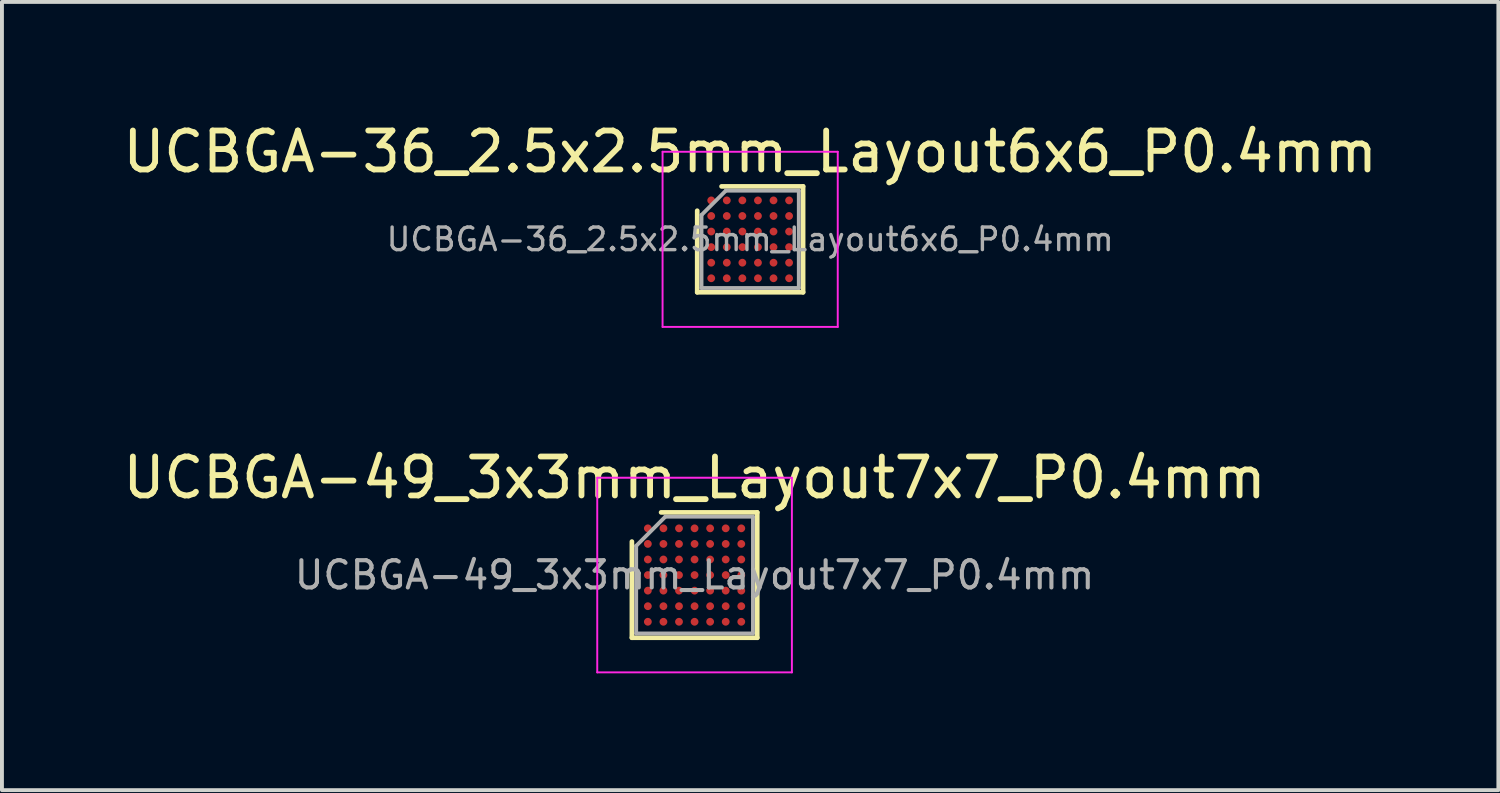
<source format=kicad_pcb>
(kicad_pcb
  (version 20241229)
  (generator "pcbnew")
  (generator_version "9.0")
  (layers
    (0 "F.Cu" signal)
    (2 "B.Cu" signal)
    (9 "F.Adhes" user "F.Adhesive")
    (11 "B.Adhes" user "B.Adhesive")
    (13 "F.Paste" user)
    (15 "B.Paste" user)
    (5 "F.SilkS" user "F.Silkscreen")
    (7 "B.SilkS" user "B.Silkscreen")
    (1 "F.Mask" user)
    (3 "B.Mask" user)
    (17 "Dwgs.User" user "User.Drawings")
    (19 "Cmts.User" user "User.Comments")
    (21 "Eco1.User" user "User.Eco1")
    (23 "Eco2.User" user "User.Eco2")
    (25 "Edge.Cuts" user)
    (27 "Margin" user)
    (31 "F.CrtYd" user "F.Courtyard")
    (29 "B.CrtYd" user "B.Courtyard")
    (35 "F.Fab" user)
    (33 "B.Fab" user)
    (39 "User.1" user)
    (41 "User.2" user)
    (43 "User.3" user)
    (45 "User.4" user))
  (footprint "UCBGA-49_3x3mm_Layout7x7_P0.4mm"
    (layer "F.Cu")
    (at 14.792 11.722)
    (property "Reference" "UCBGA-49_3x3mm_Layout7x7_P0.4mm" (at 0 -2.5 0) (layer "F.SilkS") (effects (font (size 1 1) (thickness 0.15))))
    (attr smd)
    (fp_line (start -1.61 1.61) (end -1.61 -0.86) (stroke (width 0.12) (type solid)) (layer "F.SilkS"))
    (fp_line (start -0.86 -1.61) (end 1.61 -1.61) (stroke (width 0.12) (type solid)) (layer "F.SilkS"))
    (fp_line (start 1.61 -1.61) (end 1.61 1.61) (stroke (width 0.12) (type solid)) (layer "F.SilkS"))
    (fp_line (start 1.61 1.61) (end -1.61 1.61) (stroke (width 0.12) (type solid)) (layer "F.SilkS"))
    (fp_line (start -2.5 -2.5) (end -2.5 2.5) (stroke (width 0.05) (type solid)) (layer "F.CrtYd"))
    (fp_line (start -2.5 2.5) (end 2.5 2.5) (stroke (width 0.05) (type solid)) (layer "F.CrtYd"))
    (fp_line (start 2.5 -2.5) (end -2.5 -2.5) (stroke (width 0.05) (type solid)) (layer "F.CrtYd"))
    (fp_line (start 2.5 2.5) (end 2.5 -2.5) (stroke (width 0.05) (type solid)) (layer "F.CrtYd"))
    (fp_line (start -1.5 -0.75) (end -0.75 -1.5) (stroke (width 0.1) (type solid)) (layer "F.Fab"))
    (fp_line (start -1.5 1.5) (end -1.5 -0.75) (stroke (width 0.1) (type solid)) (layer "F.Fab"))
    (fp_line (start -0.75 -1.5) (end 1.5 -1.5) (stroke (width 0.1) (type solid)) (layer "F.Fab"))
    (fp_line (start 1.5 -1.5) (end 1.5 1.5) (stroke (width 0.1) (type solid)) (layer "F.Fab"))
    (fp_line (start 1.5 1.5) (end -1.5 1.5) (stroke (width 0.1) (type solid)) (layer "F.Fab"))
    (fp_text user "${REFERENCE}" (at 0 0 0) (layer "F.Fab") (effects (font (size 0.7 0.7) (thickness 0.105))))
    (pad "A1" smd circle (at -1.2 -1.2) (size 0.2 0.2) (layers "F.Cu" "F.Mask" "F.Paste"))
    (pad "A2" smd circle (at -0.8 -1.2) (size 0.2 0.2) (layers "F.Cu" "F.Mask" "F.Paste"))
    (pad "A3" smd circle (at -0.4 -1.2) (size 0.2 0.2) (layers "F.Cu" "F.Mask" "F.Paste"))
    (pad "A4" smd circle (at 0 -1.2) (size 0.2 0.2) (layers "F.Cu" "F.Mask" "F.Paste"))
    (pad "A5" smd circle (at 0.4 -1.2) (size 0.2 0.2) (layers "F.Cu" "F.Mask" "F.Paste"))
    (pad "A6" smd circle (at 0.8 -1.2) (size 0.2 0.2) (layers "F.Cu" "F.Mask" "F.Paste"))
    (pad "A7" smd circle (at 1.2 -1.2) (size 0.2 0.2) (layers "F.Cu" "F.Mask" "F.Paste"))
    (pad "B1" smd circle (at -1.2 -0.8) (size 0.2 0.2) (layers "F.Cu" "F.Mask" "F.Paste"))
    (pad "B2" smd circle (at -0.8 -0.8) (size 0.2 0.2) (layers "F.Cu" "F.Mask" "F.Paste"))
    (pad "B3" smd circle (at -0.4 -0.8) (size 0.2 0.2) (layers "F.Cu" "F.Mask" "F.Paste"))
    (pad "B4" smd circle (at 0 -0.8) (size 0.2 0.2) (layers "F.Cu" "F.Mask" "F.Paste"))
    (pad "B5" smd circle (at 0.4 -0.8) (size 0.2 0.2) (layers "F.Cu" "F.Mask" "F.Paste"))
    (pad "B6" smd circle (at 0.8 -0.8) (size 0.2 0.2) (layers "F.Cu" "F.Mask" "F.Paste"))
    (pad "B7" smd circle (at 1.2 -0.8) (size 0.2 0.2) (layers "F.Cu" "F.Mask" "F.Paste"))
    (pad "C1" smd circle (at -1.2 -0.4) (size 0.2 0.2) (layers "F.Cu" "F.Mask" "F.Paste"))
    (pad "C2" smd circle (at -0.8 -0.4) (size 0.2 0.2) (layers "F.Cu" "F.Mask" "F.Paste"))
    (pad "C3" smd circle (at -0.4 -0.4) (size 0.2 0.2) (layers "F.Cu" "F.Mask" "F.Paste"))
    (pad "C4" smd circle (at 0 -0.4) (size 0.2 0.2) (layers "F.Cu" "F.Mask" "F.Paste"))
    (pad "C5" smd circle (at 0.4 -0.4) (size 0.2 0.2) (layers "F.Cu" "F.Mask" "F.Paste"))
    (pad "C6" smd circle (at 0.8 -0.4) (size 0.2 0.2) (layers "F.Cu" "F.Mask" "F.Paste"))
    (pad "C7" smd circle (at 1.2 -0.4) (size 0.2 0.2) (layers "F.Cu" "F.Mask" "F.Paste"))
    (pad "D1" smd circle (at -1.2 0) (size 0.2 0.2) (layers "F.Cu" "F.Mask" "F.Paste"))
    (pad "D2" smd circle (at -0.8 0) (size 0.2 0.2) (layers "F.Cu" "F.Mask" "F.Paste"))
    (pad "D3" smd circle (at -0.4 0) (size 0.2 0.2) (layers "F.Cu" "F.Mask" "F.Paste"))
    (pad "D4" smd circle (at 0 0) (size 0.2 0.2) (layers "F.Cu" "F.Mask" "F.Paste"))
    (pad "D5" smd circle (at 0.4 0) (size 0.2 0.2) (layers "F.Cu" "F.Mask" "F.Paste"))
    (pad "D6" smd circle (at 0.8 0) (size 0.2 0.2) (layers "F.Cu" "F.Mask" "F.Paste"))
    (pad "D7" smd circle (at 1.2 0) (size 0.2 0.2) (layers "F.Cu" "F.Mask" "F.Paste"))
    (pad "E1" smd circle (at -1.2 0.4) (size 0.2 0.2) (layers "F.Cu" "F.Mask" "F.Paste"))
    (pad "E2" smd circle (at -0.8 0.4) (size 0.2 0.2) (layers "F.Cu" "F.Mask" "F.Paste"))
    (pad "E3" smd circle (at -0.4 0.4) (size 0.2 0.2) (layers "F.Cu" "F.Mask" "F.Paste"))
    (pad "E4" smd circle (at 0 0.4) (size 0.2 0.2) (layers "F.Cu" "F.Mask" "F.Paste"))
    (pad "E5" smd circle (at 0.4 0.4) (size 0.2 0.2) (layers "F.Cu" "F.Mask" "F.Paste"))
    (pad "E6" smd circle (at 0.8 0.4) (size 0.2 0.2) (layers "F.Cu" "F.Mask" "F.Paste"))
    (pad "E7" smd circle (at 1.2 0.4) (size 0.2 0.2) (layers "F.Cu" "F.Mask" "F.Paste"))
    (pad "F1" smd circle (at -1.2 0.8) (size 0.2 0.2) (layers "F.Cu" "F.Mask" "F.Paste"))
    (pad "F2" smd circle (at -0.8 0.8) (size 0.2 0.2) (layers "F.Cu" "F.Mask" "F.Paste"))
    (pad "F3" smd circle (at -0.4 0.8) (size 0.2 0.2) (layers "F.Cu" "F.Mask" "F.Paste"))
    (pad "F4" smd circle (at 0 0.8) (size 0.2 0.2) (layers "F.Cu" "F.Mask" "F.Paste"))
    (pad "F5" smd circle (at 0.4 0.8) (size 0.2 0.2) (layers "F.Cu" "F.Mask" "F.Paste"))
    (pad "F6" smd circle (at 0.8 0.8) (size 0.2 0.2) (layers "F.Cu" "F.Mask" "F.Paste"))
    (pad "F7" smd circle (at 1.2 0.8) (size 0.2 0.2) (layers "F.Cu" "F.Mask" "F.Paste"))
    (pad "G1" smd circle (at -1.2 1.2) (size 0.2 0.2) (layers "F.Cu" "F.Mask" "F.Paste"))
    (pad "G2" smd circle (at -0.8 1.2) (size 0.2 0.2) (layers "F.Cu" "F.Mask" "F.Paste"))
    (pad "G3" smd circle (at -0.4 1.2) (size 0.2 0.2) (layers "F.Cu" "F.Mask" "F.Paste"))
    (pad "G4" smd circle (at 0 1.2) (size 0.2 0.2) (layers "F.Cu" "F.Mask" "F.Paste"))
    (pad "G5" smd circle (at 0.4 1.2) (size 0.2 0.2) (layers "F.Cu" "F.Mask" "F.Paste"))
    (pad "G6" smd circle (at 0.8 1.2) (size 0.2 0.2) (layers "F.Cu" "F.Mask" "F.Paste"))
    (pad "G7" smd circle (at 1.2 1.2) (size 0.2 0.2) (layers "F.Cu" "F.Mask" "F.Paste")))
  (footprint "UCBGA-36_2.5x2.5mm_Layout6x6_P0.4mm"
    (layer "F.Cu")
    (at 16.22 3.098)
    (property "Reference" "UCBGA-36_2.5x2.5mm_Layout6x6_P0.4mm" (at 0 -2.25 0) (layer "F.SilkS") (effects (font (size 1 1) (thickness 0.15))))
    (attr smd)
    (fp_line (start -1.36 1.36) (end -1.36 -0.735) (stroke (width 0.12) (type solid)) (layer "F.SilkS"))
    (fp_line (start -0.735 -1.36) (end 1.36 -1.36) (stroke (width 0.12) (type solid)) (layer "F.SilkS"))
    (fp_line (start 1.36 -1.36) (end 1.36 1.36) (stroke (width 0.12) (type solid)) (layer "F.SilkS"))
    (fp_line (start 1.36 1.36) (end -1.36 1.36) (stroke (width 0.12) (type solid)) (layer "F.SilkS"))
    (fp_line (start -2.25 -2.25) (end -2.25 2.25) (stroke (width 0.05) (type solid)) (layer "F.CrtYd"))
    (fp_line (start -2.25 2.25) (end 2.25 2.25) (stroke (width 0.05) (type solid)) (layer "F.CrtYd"))
    (fp_line (start 2.25 -2.25) (end -2.25 -2.25) (stroke (width 0.05) (type solid)) (layer "F.CrtYd"))
    (fp_line (start 2.25 2.25) (end 2.25 -2.25) (stroke (width 0.05) (type solid)) (layer "F.CrtYd"))
    (fp_line (start -1.25 -0.625) (end -0.625 -1.25) (stroke (width 0.1) (type solid)) (layer "F.Fab"))
    (fp_line (start -1.25 1.25) (end -1.25 -0.625) (stroke (width 0.1) (type solid)) (layer "F.Fab"))
    (fp_line (start -0.625 -1.25) (end 1.25 -1.25) (stroke (width 0.1) (type solid)) (layer "F.Fab"))
    (fp_line (start 1.25 -1.25) (end 1.25 1.25) (stroke (width 0.1) (type solid)) (layer "F.Fab"))
    (fp_line (start 1.25 1.25) (end -1.25 1.25) (stroke (width 0.1) (type solid)) (layer "F.Fab"))
    (fp_text user "${REFERENCE}" (at 0 0 0) (layer "F.Fab") (effects (font (size 0.58 0.58) (thickness 0.087))))
    (pad "A1" smd circle (at -1 -1) (size 0.2 0.2) (layers "F.Cu" "F.Mask" "F.Paste"))
    (pad "A2" smd circle (at -0.6 -1) (size 0.2 0.2) (layers "F.Cu" "F.Mask" "F.Paste"))
    (pad "A3" smd circle (at -0.2 -1) (size 0.2 0.2) (layers "F.Cu" "F.Mask" "F.Paste"))
    (pad "A4" smd circle (at 0.2 -1) (size 0.2 0.2) (layers "F.Cu" "F.Mask" "F.Paste"))
    (pad "A5" smd circle (at 0.6 -1) (size 0.2 0.2) (layers "F.Cu" "F.Mask" "F.Paste"))
    (pad "A6" smd circle (at 1 -1) (size 0.2 0.2) (layers "F.Cu" "F.Mask" "F.Paste"))
    (pad "B1" smd circle (at -1 -0.6) (size 0.2 0.2) (layers "F.Cu" "F.Mask" "F.Paste"))
    (pad "B2" smd circle (at -0.6 -0.6) (size 0.2 0.2) (layers "F.Cu" "F.Mask" "F.Paste"))
    (pad "B3" smd circle (at -0.2 -0.6) (size 0.2 0.2) (layers "F.Cu" "F.Mask" "F.Paste"))
    (pad "B4" smd circle (at 0.2 -0.6) (size 0.2 0.2) (layers "F.Cu" "F.Mask" "F.Paste"))
    (pad "B5" smd circle (at 0.6 -0.6) (size 0.2 0.2) (layers "F.Cu" "F.Mask" "F.Paste"))
    (pad "B6" smd circle (at 1 -0.6) (size 0.2 0.2) (layers "F.Cu" "F.Mask" "F.Paste"))
    (pad "C1" smd circle (at -1 -0.2) (size 0.2 0.2) (layers "F.Cu" "F.Mask" "F.Paste"))
    (pad "C2" smd circle (at -0.6 -0.2) (size 0.2 0.2) (layers "F.Cu" "F.Mask" "F.Paste"))
    (pad "C3" smd circle (at -0.2 -0.2) (size 0.2 0.2) (layers "F.Cu" "F.Mask" "F.Paste"))
    (pad "C4" smd circle (at 0.2 -0.2) (size 0.2 0.2) (layers "F.Cu" "F.Mask" "F.Paste"))
    (pad "C5" smd circle (at 0.6 -0.2) (size 0.2 0.2) (layers "F.Cu" "F.Mask" "F.Paste"))
    (pad "C6" smd circle (at 1 -0.2) (size 0.2 0.2) (layers "F.Cu" "F.Mask" "F.Paste"))
    (pad "D1" smd circle (at -1 0.2) (size 0.2 0.2) (layers "F.Cu" "F.Mask" "F.Paste"))
    (pad "D2" smd circle (at -0.6 0.2) (size 0.2 0.2) (layers "F.Cu" "F.Mask" "F.Paste"))
    (pad "D3" smd circle (at -0.2 0.2) (size 0.2 0.2) (layers "F.Cu" "F.Mask" "F.Paste"))
    (pad "D4" smd circle (at 0.2 0.2) (size 0.2 0.2) (layers "F.Cu" "F.Mask" "F.Paste"))
    (pad "D5" smd circle (at 0.6 0.2) (size 0.2 0.2) (layers "F.Cu" "F.Mask" "F.Paste"))
    (pad "D6" smd circle (at 1 0.2) (size 0.2 0.2) (layers "F.Cu" "F.Mask" "F.Paste"))
    (pad "E1" smd circle (at -1 0.6) (size 0.2 0.2) (layers "F.Cu" "F.Mask" "F.Paste"))
    (pad "E2" smd circle (at -0.6 0.6) (size 0.2 0.2) (layers "F.Cu" "F.Mask" "F.Paste"))
    (pad "E3" smd circle (at -0.2 0.6) (size 0.2 0.2) (layers "F.Cu" "F.Mask" "F.Paste"))
    (pad "E4" smd circle (at 0.2 0.6) (size 0.2 0.2) (layers "F.Cu" "F.Mask" "F.Paste"))
    (pad "E5" smd circle (at 0.6 0.6) (size 0.2 0.2) (layers "F.Cu" "F.Mask" "F.Paste"))
    (pad "E6" smd circle (at 1 0.6) (size 0.2 0.2) (layers "F.Cu" "F.Mask" "F.Paste"))
    (pad "F1" smd circle (at -1 1) (size 0.2 0.2) (layers "F.Cu" "F.Mask" "F.Paste"))
    (pad "F2" smd circle (at -0.6 1) (size 0.2 0.2) (layers "F.Cu" "F.Mask" "F.Paste"))
    (pad "F3" smd circle (at -0.2 1) (size 0.2 0.2) (layers "F.Cu" "F.Mask" "F.Paste"))
    (pad "F4" smd circle (at 0.2 1) (size 0.2 0.2) (layers "F.Cu" "F.Mask" "F.Paste"))
    (pad "F5" smd circle (at 0.6 1) (size 0.2 0.2) (layers "F.Cu" "F.Mask" "F.Paste"))
    (pad "F6" smd circle (at 1 1) (size 0.2 0.2) (layers "F.Cu" "F.Mask" "F.Paste")))
  (gr_rect
    (start -3 -3)
    (end 35.44 17.247)
    (stroke (width 0.1) (type default))
    (fill no)
    (layer "Edge.Cuts")))
</source>
